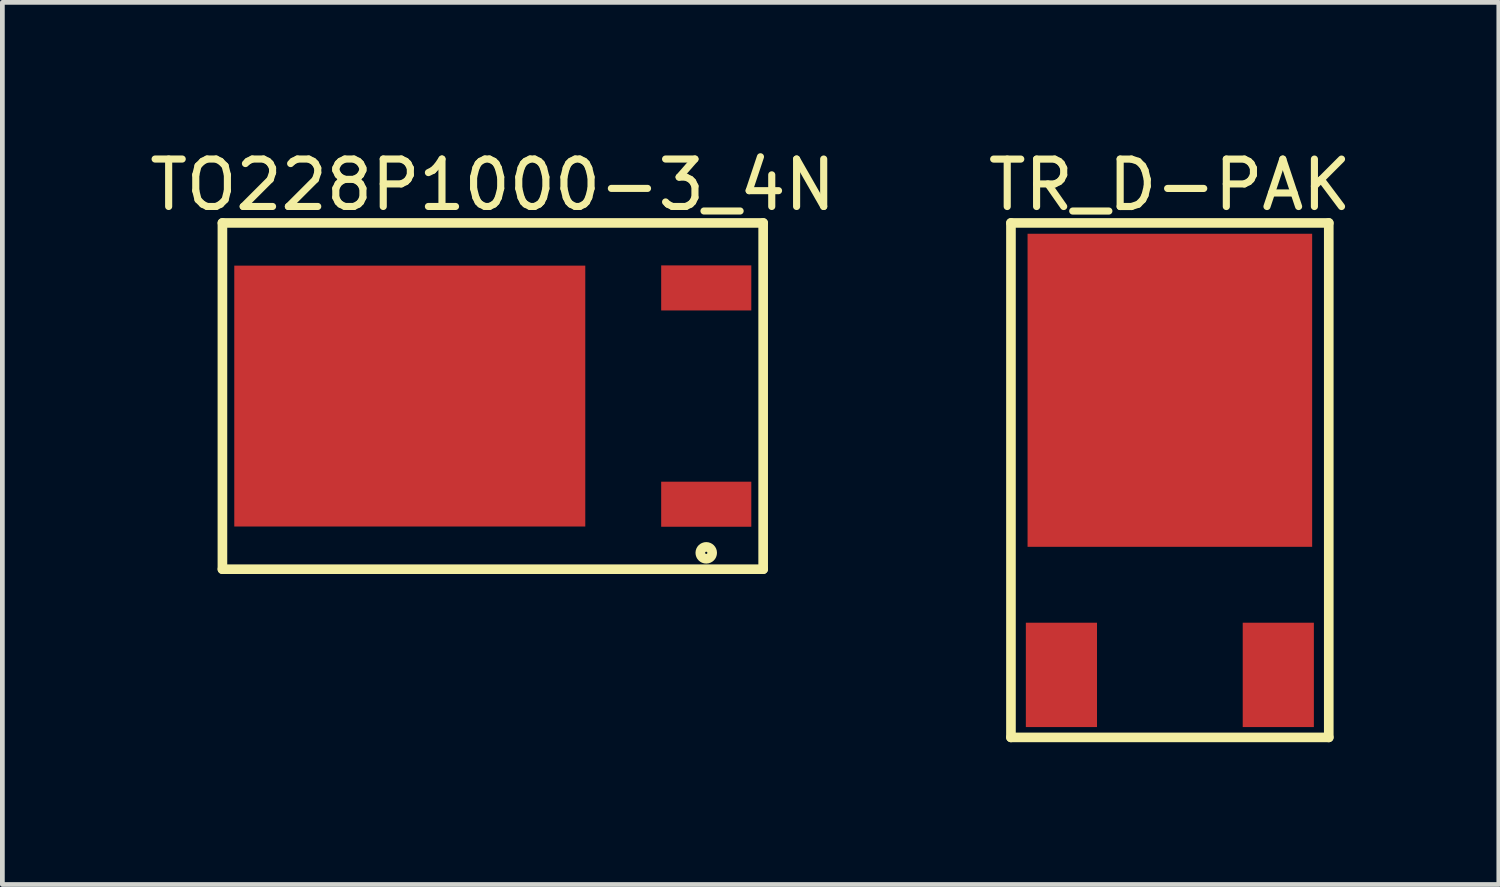
<source format=kicad_pcb>
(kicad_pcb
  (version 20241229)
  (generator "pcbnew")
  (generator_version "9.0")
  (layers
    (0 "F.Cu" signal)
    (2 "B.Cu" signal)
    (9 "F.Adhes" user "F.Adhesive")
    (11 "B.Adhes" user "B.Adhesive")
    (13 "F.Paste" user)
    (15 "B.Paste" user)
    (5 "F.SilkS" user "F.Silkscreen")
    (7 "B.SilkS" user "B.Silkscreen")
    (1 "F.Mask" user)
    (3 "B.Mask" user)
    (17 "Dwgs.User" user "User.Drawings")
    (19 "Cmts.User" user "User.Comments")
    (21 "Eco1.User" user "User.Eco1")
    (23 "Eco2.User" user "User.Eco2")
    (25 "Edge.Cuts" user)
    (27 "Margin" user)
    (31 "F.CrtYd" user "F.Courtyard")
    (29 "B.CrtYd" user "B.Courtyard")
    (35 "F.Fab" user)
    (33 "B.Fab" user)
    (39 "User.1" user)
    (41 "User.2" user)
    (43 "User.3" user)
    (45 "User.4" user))
  (footprint "TO228P1000-3_4N"
    (layer "F.Cu")
    (at 8.714 5.3)
    (property "Reference" "TO228P1000-3_4N" (at -1.375 -4.452 0) (layer "F.SilkS") (effects (font (size 1 1) (thickness 0.15))))
    (fp_line (start -7.075 -3.65) (end 4.325 -3.65) (stroke (width 0.203) (type solid)) (layer "F.SilkS"))
    (fp_line (start -7.075 3.65) (end -7.075 -3.65) (stroke (width 0.203) (type solid)) (layer "F.SilkS"))
    (fp_line (start -7.075 3.65) (end 4.325 3.65) (stroke (width 0.203) (type solid)) (layer "F.SilkS"))
    (fp_line (start 4.325 3.65) (end 4.325 -3.65) (stroke (width 0.203) (type solid)) (layer "F.SilkS"))
    (fp_circle (center 3.125 3.305) (end 3.125 3.18) (stroke (width 0.203) (type solid)) (fill no) (layer "F.SilkS"))
    (pad "B" smd rect (at 3.125 2.28 270) (size 0.95 1.9) (layers "F.Cu" "F.Mask" "F.Paste"))
    (pad "C" smd rect (at -3.125 0 270) (size 5.5 7.4) (layers "F.Cu" "F.Mask" "F.Paste"))
    (pad "E" smd rect (at 3.125 -2.28 270) (size 0.95 1.9) (layers "F.Cu" "F.Mask" "F.Paste")))
  (footprint "TR_D-PAK"
    (layer "F.Cu")
    (at 21.613 8.178)
    (property "Reference" "TR_D-PAK" (at -0.0002 -7.329 0) (layer "F.SilkS") (effects (font (size 1 1) (thickness 0.15))))
    (fp_line (start -3.35 -6.528) (end 3.35 -6.528) (stroke (width 0.203) (type solid)) (layer "F.SilkS"))
    (fp_line (start -3.35 4.318) (end -3.35 -6.528) (stroke (width 0.203) (type solid)) (layer "F.SilkS"))
    (fp_line (start -3.35 4.318) (end 3.35 4.318) (stroke (width 0.203) (type solid)) (layer "F.SilkS"))
    (fp_line (start 3.35 4.318) (end 3.35 -6.528) (stroke (width 0.203) (type solid)) (layer "F.SilkS"))
    (pad "B" smd rect (at -2.286 3) (size 1.5 2.2) (layers "F.Cu" "F.Mask" "F.Paste"))
    (pad "C" smd rect (at 0 -3) (size 6 6.6) (layers "F.Cu" "F.Mask" "F.Paste"))
    (pad "E" smd rect (at 2.286 3) (size 1.5 2.2) (layers "F.Cu" "F.Mask" "F.Paste")))
  (gr_rect
    (start -3 -3)
    (end 28.548 15.597)
    (stroke (width 0.1) (type default))
    (fill no)
    (layer "Edge.Cuts")))
</source>
